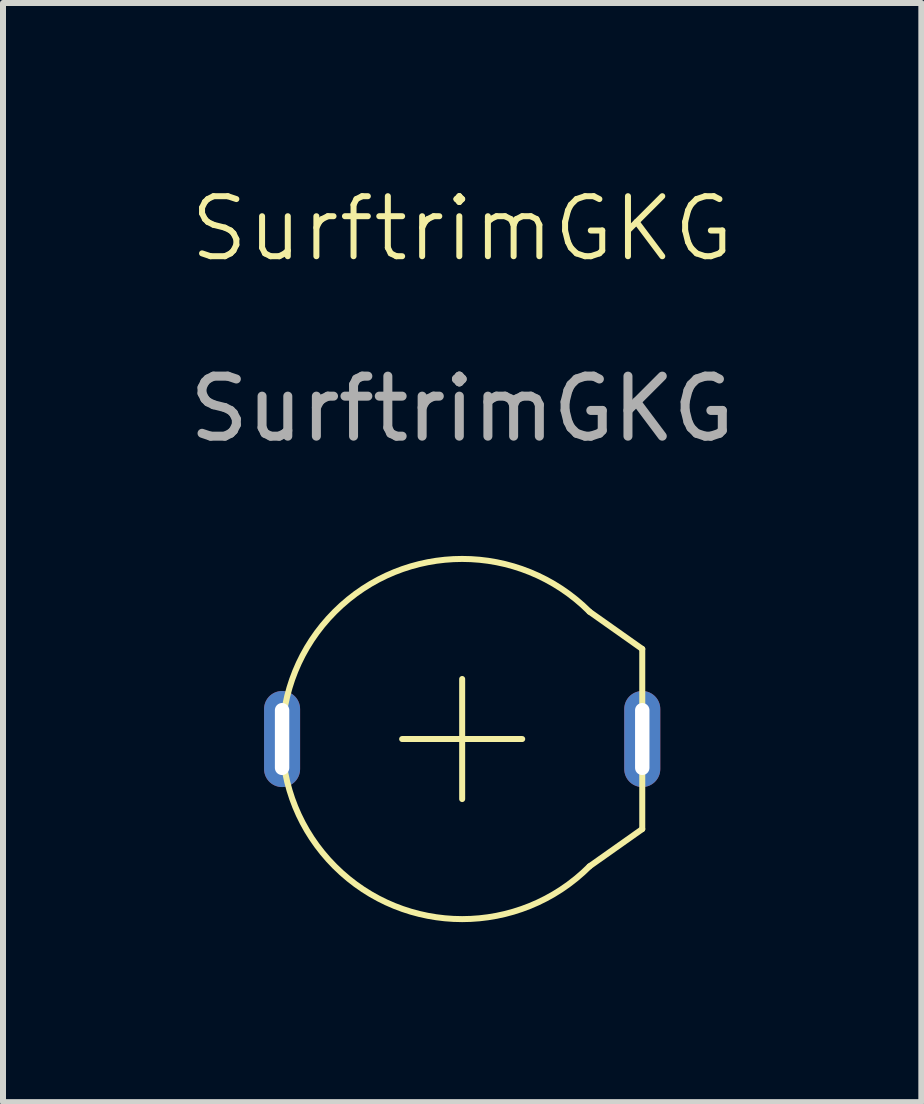
<source format=kicad_pcb>
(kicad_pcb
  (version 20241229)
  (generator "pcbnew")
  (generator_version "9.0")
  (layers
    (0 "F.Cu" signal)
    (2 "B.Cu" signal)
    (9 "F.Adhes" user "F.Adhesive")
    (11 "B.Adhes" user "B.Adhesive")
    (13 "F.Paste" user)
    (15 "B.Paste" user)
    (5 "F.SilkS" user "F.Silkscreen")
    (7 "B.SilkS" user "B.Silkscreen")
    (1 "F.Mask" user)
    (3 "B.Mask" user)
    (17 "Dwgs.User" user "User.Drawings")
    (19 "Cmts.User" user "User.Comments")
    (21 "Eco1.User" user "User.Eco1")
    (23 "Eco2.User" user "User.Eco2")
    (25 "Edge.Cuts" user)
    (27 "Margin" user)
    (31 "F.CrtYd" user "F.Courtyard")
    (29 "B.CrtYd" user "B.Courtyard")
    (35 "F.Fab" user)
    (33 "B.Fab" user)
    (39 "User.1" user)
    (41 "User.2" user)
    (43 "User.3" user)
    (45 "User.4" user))
  (footprint "SurftrimGKG"
    (layer "F.Cu")
    (at 4.649 6.261)
    (property "Reference" "SurftrimGKG" (at 0 -5.5 0) (unlocked yes) (layer "F.SilkS") (effects (font (size 1 1) (thickness 0.1))))
    (attr through_hole)
    (fp_line (start -1 3) (end 1 3) (stroke (width 0.1) (type default)) (layer "F.SilkS"))
    (fp_line (start 0 2) (end 0 4) (stroke (width 0.1) (type default)) (layer "F.SilkS"))
    (fp_line (start 3 1.5) (end 2.121 0.879) (stroke (width 0.1) (type default)) (layer "F.SilkS"))
    (fp_line (start 3 4.5) (end 2.121 5.121) (stroke (width 0.1) (type default)) (layer "F.SilkS"))
    (fp_line (start 3 4.5) (end 3 1.5) (stroke (width 0.1) (type default)) (layer "F.SilkS"))
    (fp_arc (start 2.12132 5.12132) (mid -3 3) (end 2.12132 0.87868) (stroke (width 0.1) (type default)) (layer "F.SilkS"))
    (fp_text user "${REFERENCE}" (at 0 -2.5 0) (unlocked yes) (layer "F.Fab") (effects (font (size 1 1) (thickness 0.15))))
    (pad "1" thru_hole oval (at -3 3 90) (size 1.6 0.6) (drill oval 1.2 0.24) (layers "*.Cu" "*.Mask"))
    (pad "2" thru_hole oval (at 3 3 90) (size 1.6 0.6) (drill oval 1.2 0.24) (layers "*.Cu" "*.Mask")))
  (gr_rect
    (start -3 -3)
    (end 12.298 15.31)
    (stroke (width 0.1) (type default))
    (fill no)
    (layer "Edge.Cuts")))
</source>
